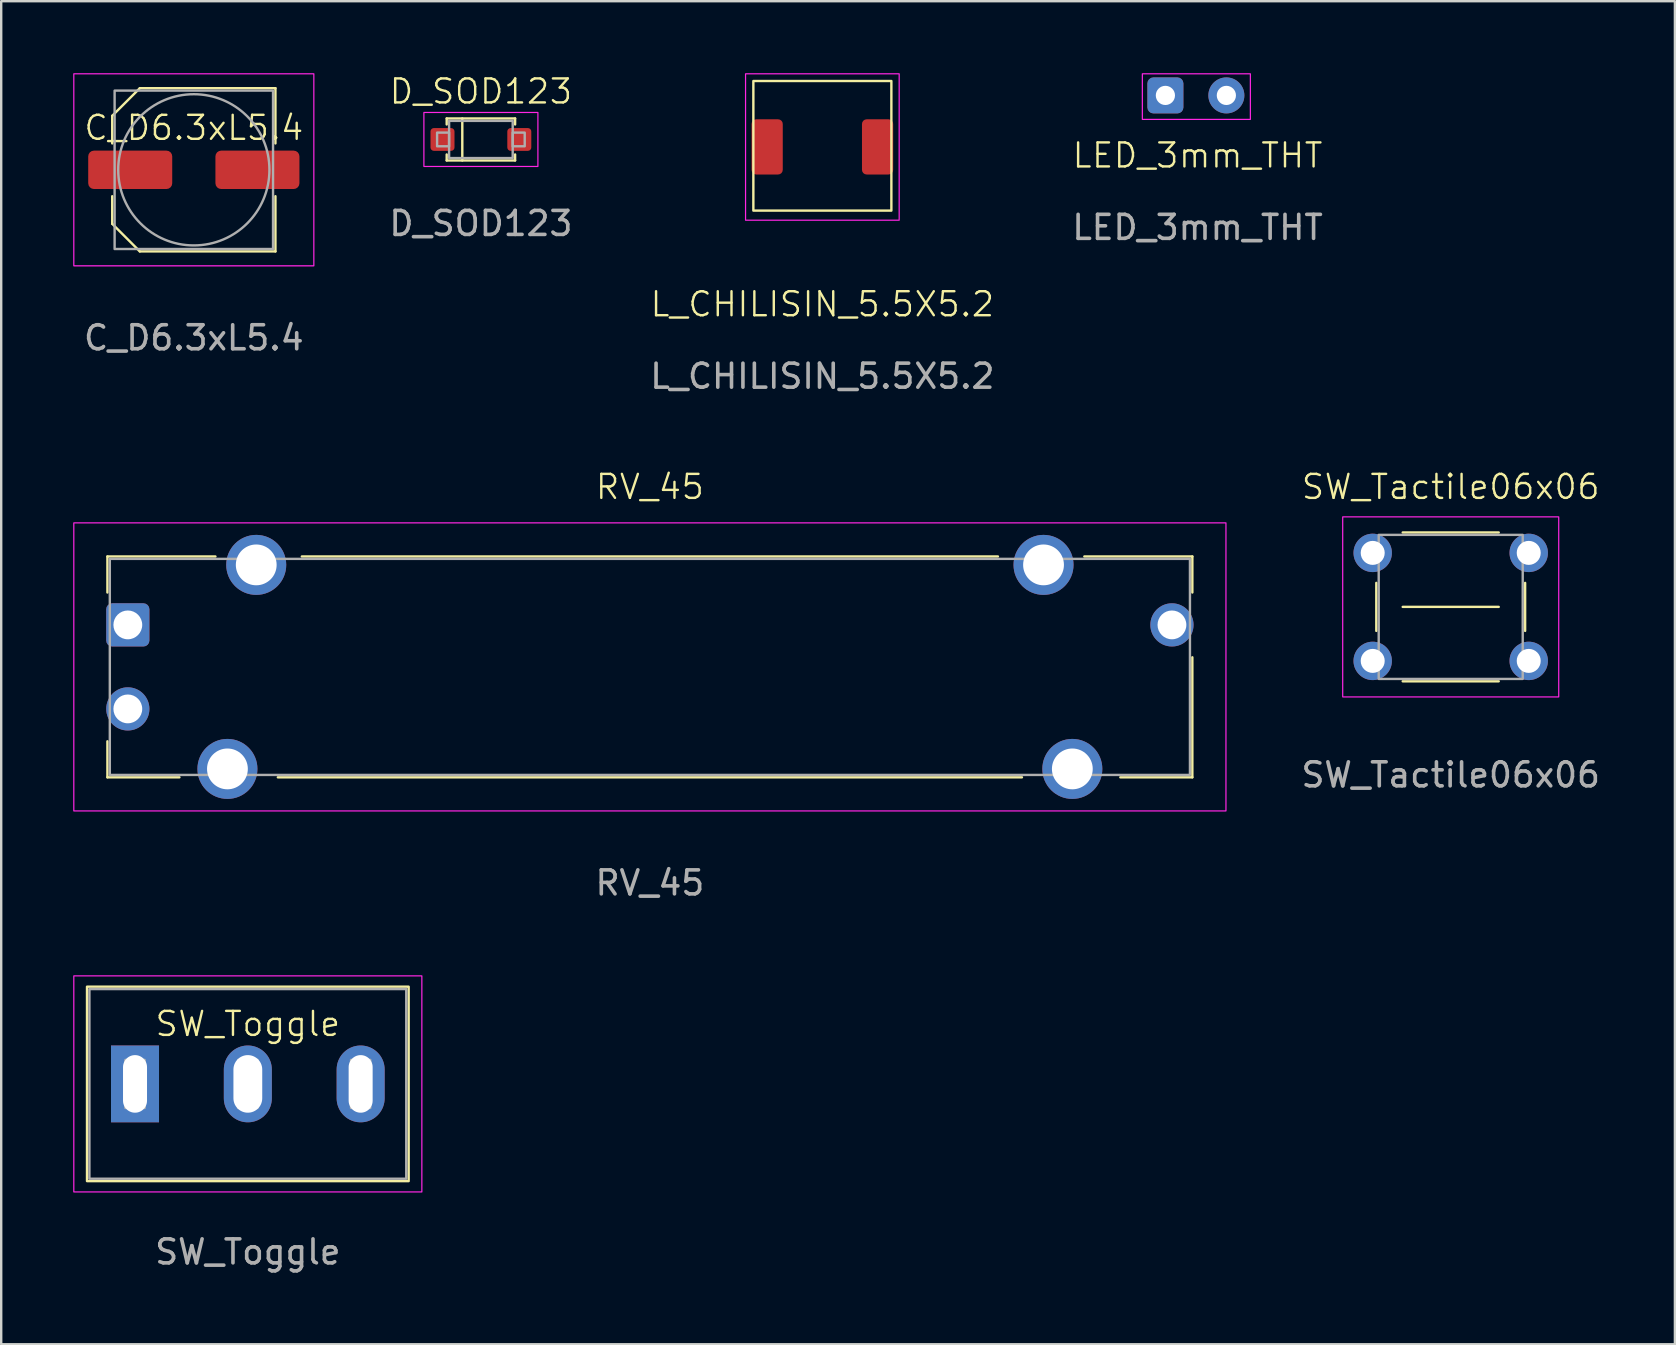
<source format=kicad_pcb>
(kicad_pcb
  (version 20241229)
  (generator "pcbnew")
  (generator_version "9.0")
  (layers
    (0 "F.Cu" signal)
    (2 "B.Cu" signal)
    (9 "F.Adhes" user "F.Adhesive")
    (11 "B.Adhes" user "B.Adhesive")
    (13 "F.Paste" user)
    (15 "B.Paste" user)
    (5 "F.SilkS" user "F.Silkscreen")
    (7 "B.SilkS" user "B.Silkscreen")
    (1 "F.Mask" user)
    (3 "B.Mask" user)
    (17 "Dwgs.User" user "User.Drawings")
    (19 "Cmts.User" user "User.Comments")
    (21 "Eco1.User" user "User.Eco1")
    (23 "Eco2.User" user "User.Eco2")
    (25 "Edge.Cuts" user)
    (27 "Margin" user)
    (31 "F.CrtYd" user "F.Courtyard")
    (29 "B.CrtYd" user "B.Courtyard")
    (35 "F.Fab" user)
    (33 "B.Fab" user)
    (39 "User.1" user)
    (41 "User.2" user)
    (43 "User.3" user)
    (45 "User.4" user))
  (footprint "SW_Toggle"
    (layer "F.Cu")
    (at 7.275 42.107)
    (property "Reference" "SW_Toggle" (at 0 -2.5 0) (unlocked yes) (layer "F.SilkS") (effects (font (size 1 1) (thickness 0.1))))
    (attr through_hole)
    (fp_rect (start -6.7 -4.05) (end 6.7 4.05) (stroke (width 0.1) (type solid)) (fill no) (layer "F.SilkS"))
    (fp_rect (start -7.25 -4.5) (end 7.25 4.5) (stroke (width 0.05) (type solid)) (fill no) (layer "F.CrtYd"))
    (fp_rect (start -6.6 -3.95) (end 6.6 3.95) (stroke (width 0.1) (type solid)) (fill no) (layer "F.Fab"))
    (fp_rect (start -5.1 -1) (end -4.3 1) (stroke (width 0.1) (type solid)) (fill no) (layer "F.Fab"))
    (fp_rect (start -0.4 -1) (end 0.4 1) (stroke (width 0.1) (type solid)) (fill no) (layer "F.Fab"))
    (fp_rect (start 4.3 -1) (end 5.1 1) (stroke (width 0.1) (type solid)) (fill no) (layer "F.Fab"))
    (fp_text user "${REFERENCE}" (at 0 7 0) (unlocked yes) (layer "F.Fab") (effects (font (size 1 1) (thickness 0.15))))
    (pad "1" thru_hole rect (at -4.7 0) (size 2 3.2) (drill oval 1 2.4) (layers "*.Cu" "*.Mask"))
    (pad "2" thru_hole oval (at 0 0) (size 2 3.2) (drill oval 1.2 2.4) (layers "*.Cu" "*.Mask"))
    (pad "3" thru_hole oval (at 4.7 0) (size 2 3.2) (drill oval 1 2.4) (layers "*.Cu" "*.Mask")))
  (footprint "C_D6.3xL5.4"
    (layer "F.Cu")
    (at 5.025 4.025)
    (property "Reference" "C_D6.3xL5.4" (at 0 -1.75 0) (unlocked yes) (layer "F.SilkS") (effects (font (size 1 1) (thickness 0.1))))
    (attr smd)
    (fp_line (start -3.4 -2.25) (end -3.4 -1.1) (stroke (width 0.1) (type default)) (layer "F.SilkS"))
    (fp_line (start -3.4 2.25) (end -3.4 1.1) (stroke (width 0.1) (type default)) (layer "F.SilkS"))
    (fp_line (start -3.4 2.25) (end -2.25 3.4) (stroke (width 0.1) (type default)) (layer "F.SilkS"))
    (fp_line (start -2.25 -3.4) (end -3.4 -2.25) (stroke (width 0.1) (type default)) (layer "F.SilkS"))
    (fp_line (start -2.25 -3.4) (end 3.4 -3.4) (stroke (width 0.1) (type default)) (layer "F.SilkS"))
    (fp_line (start -2.25 3.4) (end 3.4 3.4) (stroke (width 0.1) (type default)) (layer "F.SilkS"))
    (fp_line (start 3.4 -3.4) (end 3.4 -1.1) (stroke (width 0.1) (type default)) (layer "F.SilkS"))
    (fp_line (start 3.4 3.4) (end 3.4 1.1) (stroke (width 0.1) (type default)) (layer "F.SilkS"))
    (fp_rect (start -5 -4) (end 5 4) (stroke (width 0.05) (type solid)) (fill no) (layer "F.CrtYd"))
    (fp_rect (start -3.3 -3.3) (end 3.3 3.3) (stroke (width 0.1) (type solid)) (fill no) (layer "F.Fab"))
    (fp_circle (center 0 0) (end 3.15 0) (stroke (width 0.1) (type solid)) (fill no) (layer "F.Fab"))
    (fp_text user "${REFERENCE}" (at 0 7 0) (unlocked yes) (layer "F.Fab") (effects (font (size 1 1) (thickness 0.15))))
    (pad "1" smd roundrect (at -2.65 0) (size 3.5 1.6) (layers "F.Cu" "F.Mask" "F.Paste") (roundrect_rratio 0.15))
    (pad "2" smd roundrect (at 2.65 0) (size 3.5 1.6) (layers "F.Cu" "F.Mask" "F.Paste") (roundrect_rratio 0.15)))
  (footprint "LED_3mm_THT"
    (layer "F.Cu")
    (at 46.842 3.925)
    (property "Reference" "LED_3mm_THT" (at 0 -0.5 0) (unlocked yes) (layer "F.SilkS") (effects (font (size 1 1) (thickness 0.1))))
    (attr through_hole)
    (fp_rect (start -2.3 -3.9) (end 2.2 -2) (stroke (width 0.05) (type default)) (fill no) (layer "F.CrtYd"))
    (fp_text user "${REFERENCE}" (at 0 2.5 0) (unlocked yes) (layer "F.Fab") (effects (font (size 1 1) (thickness 0.15))))
    (pad "1" thru_hole roundrect (at -1.34 -3) (size 1.5 1.5) (drill 0.8) (layers "*.Cu" "*.Mask") (roundrect_rratio 0.167))
    (pad "2" thru_hole circle (at 1.2 -3) (size 1.5 1.5) (drill 0.8) (layers "*.Cu" "*.Mask")))
  (footprint "D_SOD123"
    (layer "F.Cu")
    (at 16.985 2.76)
    (property "Reference" "D_SOD123" (at 0 -2 0) (unlocked yes) (layer "F.SilkS") (effects (font (size 1 1) (thickness 0.1))))
    (attr smd)
    (fp_line (start -1.425 -0.875) (end -1.425 -0.625) (stroke (width 0.1) (type solid)) (layer "F.SilkS"))
    (fp_line (start -1.425 -0.875) (end 1.425 -0.875) (stroke (width 0.1) (type solid)) (layer "F.SilkS"))
    (fp_line (start -1.425 0.875) (end -1.425 0.625) (stroke (width 0.1) (type solid)) (layer "F.SilkS"))
    (fp_line (start -0.775 -0.875) (end -0.775 0.875) (stroke (width 0.1) (type solid)) (layer "F.SilkS"))
    (fp_line (start 1.425 -0.875) (end 1.425 -0.625) (stroke (width 0.1) (type solid)) (layer "F.SilkS"))
    (fp_line (start 1.425 0.875) (end -1.425 0.875) (stroke (width 0.1) (type solid)) (layer "F.SilkS"))
    (fp_line (start 1.425 0.875) (end 1.425 0.625) (stroke (width 0.1) (type solid)) (layer "F.SilkS"))
    (fp_rect (start -2.375 -1.125) (end 2.375 1.125) (stroke (width 0.05) (type solid)) (fill no) (layer "F.CrtYd"))
    (fp_rect (start -1.825 -0.285) (end -1.325 0.285) (stroke (width 0.1) (type solid)) (fill no) (layer "F.Fab"))
    (fp_rect (start -1.325 -0.775) (end 1.325 0.775) (stroke (width 0.1) (type solid)) (fill no) (layer "F.Fab"))
    (fp_rect (start 1.325 -0.285) (end 1.825 0.285) (stroke (width 0.1) (type solid)) (fill no) (layer "F.Fab"))
    (fp_text user "${REFERENCE}" (at 0 3.5 0) (unlocked yes) (layer "F.Fab") (effects (font (size 1 1) (thickness 0.15))))
    (pad "1" smd roundrect (at -1.6 0) (size 1 0.95) (layers "F.Cu" "F.Mask" "F.Paste") (roundrect_rratio 0.15))
    (pad "2" smd roundrect (at 1.6 0) (size 1 0.95) (layers "F.Cu" "F.Mask" "F.Paste") (roundrect_rratio 0.15)))
  (footprint "RV_45"
    (layer "F.Cu")
    (at 24.025 24.734)
    (property "Reference" "RV_45" (at 0 -7.5 0) (unlocked yes) (layer "F.SilkS") (effects (font (size 1 1) (thickness 0.1))))
    (attr through_hole)
    (fp_line (start -22.6 -4.6) (end -22.6 -3.1) (stroke (width 0.1) (type solid)) (layer "F.SilkS"))
    (fp_line (start -22.6 -4.6) (end -18.1 -4.6) (stroke (width 0.1) (type solid)) (layer "F.SilkS"))
    (fp_line (start -22.6 4.6) (end -22.6 3.1) (stroke (width 0.1) (type solid)) (layer "F.SilkS"))
    (fp_line (start -22.6 4.6) (end -19.6 4.6) (stroke (width 0.1) (type solid)) (layer "F.SilkS"))
    (fp_line (start -15.5 4.6) (end 15.5 4.6) (stroke (width 0.1) (type solid)) (layer "F.SilkS"))
    (fp_line (start -14.5 -4.6) (end 14.5 -4.6) (stroke (width 0.1) (type solid)) (layer "F.SilkS"))
    (fp_line (start 22.6 -4.6) (end 18.1 -4.6) (stroke (width 0.1) (type solid)) (layer "F.SilkS"))
    (fp_line (start 22.6 -4.6) (end 22.6 -3.1) (stroke (width 0.1) (type solid)) (layer "F.SilkS"))
    (fp_line (start 22.6 4.6) (end 19.6 4.6) (stroke (width 0.1) (type solid)) (layer "F.SilkS"))
    (fp_line (start 22.6 4.6) (end 22.6 -0.4) (stroke (width 0.1) (type solid)) (layer "F.SilkS"))
    (fp_rect (start -24 -6) (end 24 6) (stroke (width 0.05) (type solid)) (fill no) (layer "F.CrtYd"))
    (fp_rect (start -22.5 -4.5) (end 22.5 4.5) (stroke (width 0.1) (type solid)) (fill no) (layer "F.Fab"))
    (fp_text user "${REFERENCE}" (at 0 9 0) (unlocked yes) (layer "F.Fab") (effects (font (size 1 1) (thickness 0.15))))
    (pad "1" thru_hole roundrect (at -21.75 -1.75) (size 1.8 1.8) (drill 1.2) (layers "*.Cu" "*.Mask") (roundrect_rratio 0.139))
    (pad "2" thru_hole circle (at -21.75 1.75) (size 1.8 1.8) (drill 1.2) (layers "*.Cu" "*.Mask"))
    (pad "3" thru_hole circle (at 21.75 -1.75) (size 1.8 1.8) (drill 1.2) (layers "*.Cu" "*.Mask"))
    (pad "4" thru_hole circle (at -16.4 -4.25) (size 2.5 2.5) (drill 1.7) (layers "*.Cu" "*.Mask"))
    (pad "5" thru_hole circle (at 16.4 -4.25) (size 2.5 2.5) (drill 1.7) (layers "*.Cu" "*.Mask"))
    (pad "6" thru_hole circle (at -17.6 4.25) (size 2.5 2.5) (drill 1.7) (layers "*.Cu" "*.Mask"))
    (pad "7" thru_hole circle (at 17.6 4.25) (size 2.5 2.5) (drill 1.7) (layers "*.Cu" "*.Mask")))
  (footprint "SW_Tactile06x06"
    (layer "F.Cu")
    (at 57.389 22.234)
    (property "Reference" "SW_Tactile06x06" (at 0 -5 0) (unlocked yes) (layer "F.SilkS") (effects (font (size 1 1) (thickness 0.1))))
    (attr through_hole)
    (fp_line (start -3.1 -1) (end -3.1 1) (stroke (width 0.1) (type solid)) (layer "F.SilkS"))
    (fp_line (start -2 -3.1) (end 2 -3.1) (stroke (width 0.1) (type solid)) (layer "F.SilkS"))
    (fp_line (start -2 0) (end 2 0) (stroke (width 0.1) (type solid)) (layer "F.SilkS"))
    (fp_line (start -2 3.1) (end 2 3.1) (stroke (width 0.1) (type solid)) (layer "F.SilkS"))
    (fp_line (start 3.1 -1) (end 3.1 1) (stroke (width 0.1) (type solid)) (layer "F.SilkS"))
    (fp_rect (start -4.5 -3.75) (end 4.5 3.75) (stroke (width 0.05) (type solid)) (fill no) (layer "F.CrtYd"))
    (fp_rect (start -3 -3) (end 3 3) (stroke (width 0.1) (type solid)) (fill no) (layer "F.Fab"))
    (fp_text user "${REFERENCE}" (at 0 7 0) (unlocked yes) (layer "F.Fab") (effects (font (size 1 1) (thickness 0.15))))
    (pad "1" thru_hole circle (at -3.25 -2.25) (size 1.6 1.6) (drill 1) (layers "*.Cu" "*.Mask"))
    (pad "2" thru_hole circle (at 3.25 -2.25) (size 1.6 1.6) (drill 1) (layers "*.Cu" "*.Mask"))
    (pad "3" thru_hole circle (at -3.25 2.25) (size 1.6 1.6) (drill 1) (layers "*.Cu" "*.Mask"))
    (pad "4" thru_hole circle (at 3.25 2.25) (size 1.6 1.6) (drill 1) (layers "*.Cu" "*.Mask")))
  (footprint "L_CHILISIN_5.5X5.2"
    (layer "F.Cu")
    (at 31.211 3.025)
    (property "Reference" "L_CHILISIN_5.5X5.2" (at 0 6.6 0) (unlocked yes) (layer "F.SilkS") (effects (font (size 1 1) (thickness 0.1))))
    (attr through_hole)
    (fp_rect (start -2.875 -2.7) (end 2.875 2.7) (stroke (width 0.1) (type solid)) (fill no) (layer "F.SilkS"))
    (fp_rect (start -3.2 -3) (end 3.2 3.1) (stroke (width 0.05) (type default)) (fill no) (layer "F.CrtYd"))
    (fp_text user "${REFERENCE}" (at 0 9.6 0) (unlocked yes) (layer "F.Fab") (effects (font (size 1 1) (thickness 0.15))))
    (pad "1" smd roundrect (at -2.3 0.045) (size 1.3 2.3) (layers "F.Cu" "F.Mask" "F.Paste") (roundrect_rratio 0.15))
    (pad "2" smd roundrect (at 2.3 0.045) (size 1.3 2.3) (layers "F.Cu" "F.Mask" "F.Paste") (roundrect_rratio 0.15)))
  (gr_rect
    (start -3 -3)
    (end 66.729 52.955)
    (stroke (width 0.1) (type default))
    (fill no)
    (layer "Edge.Cuts")))
</source>
